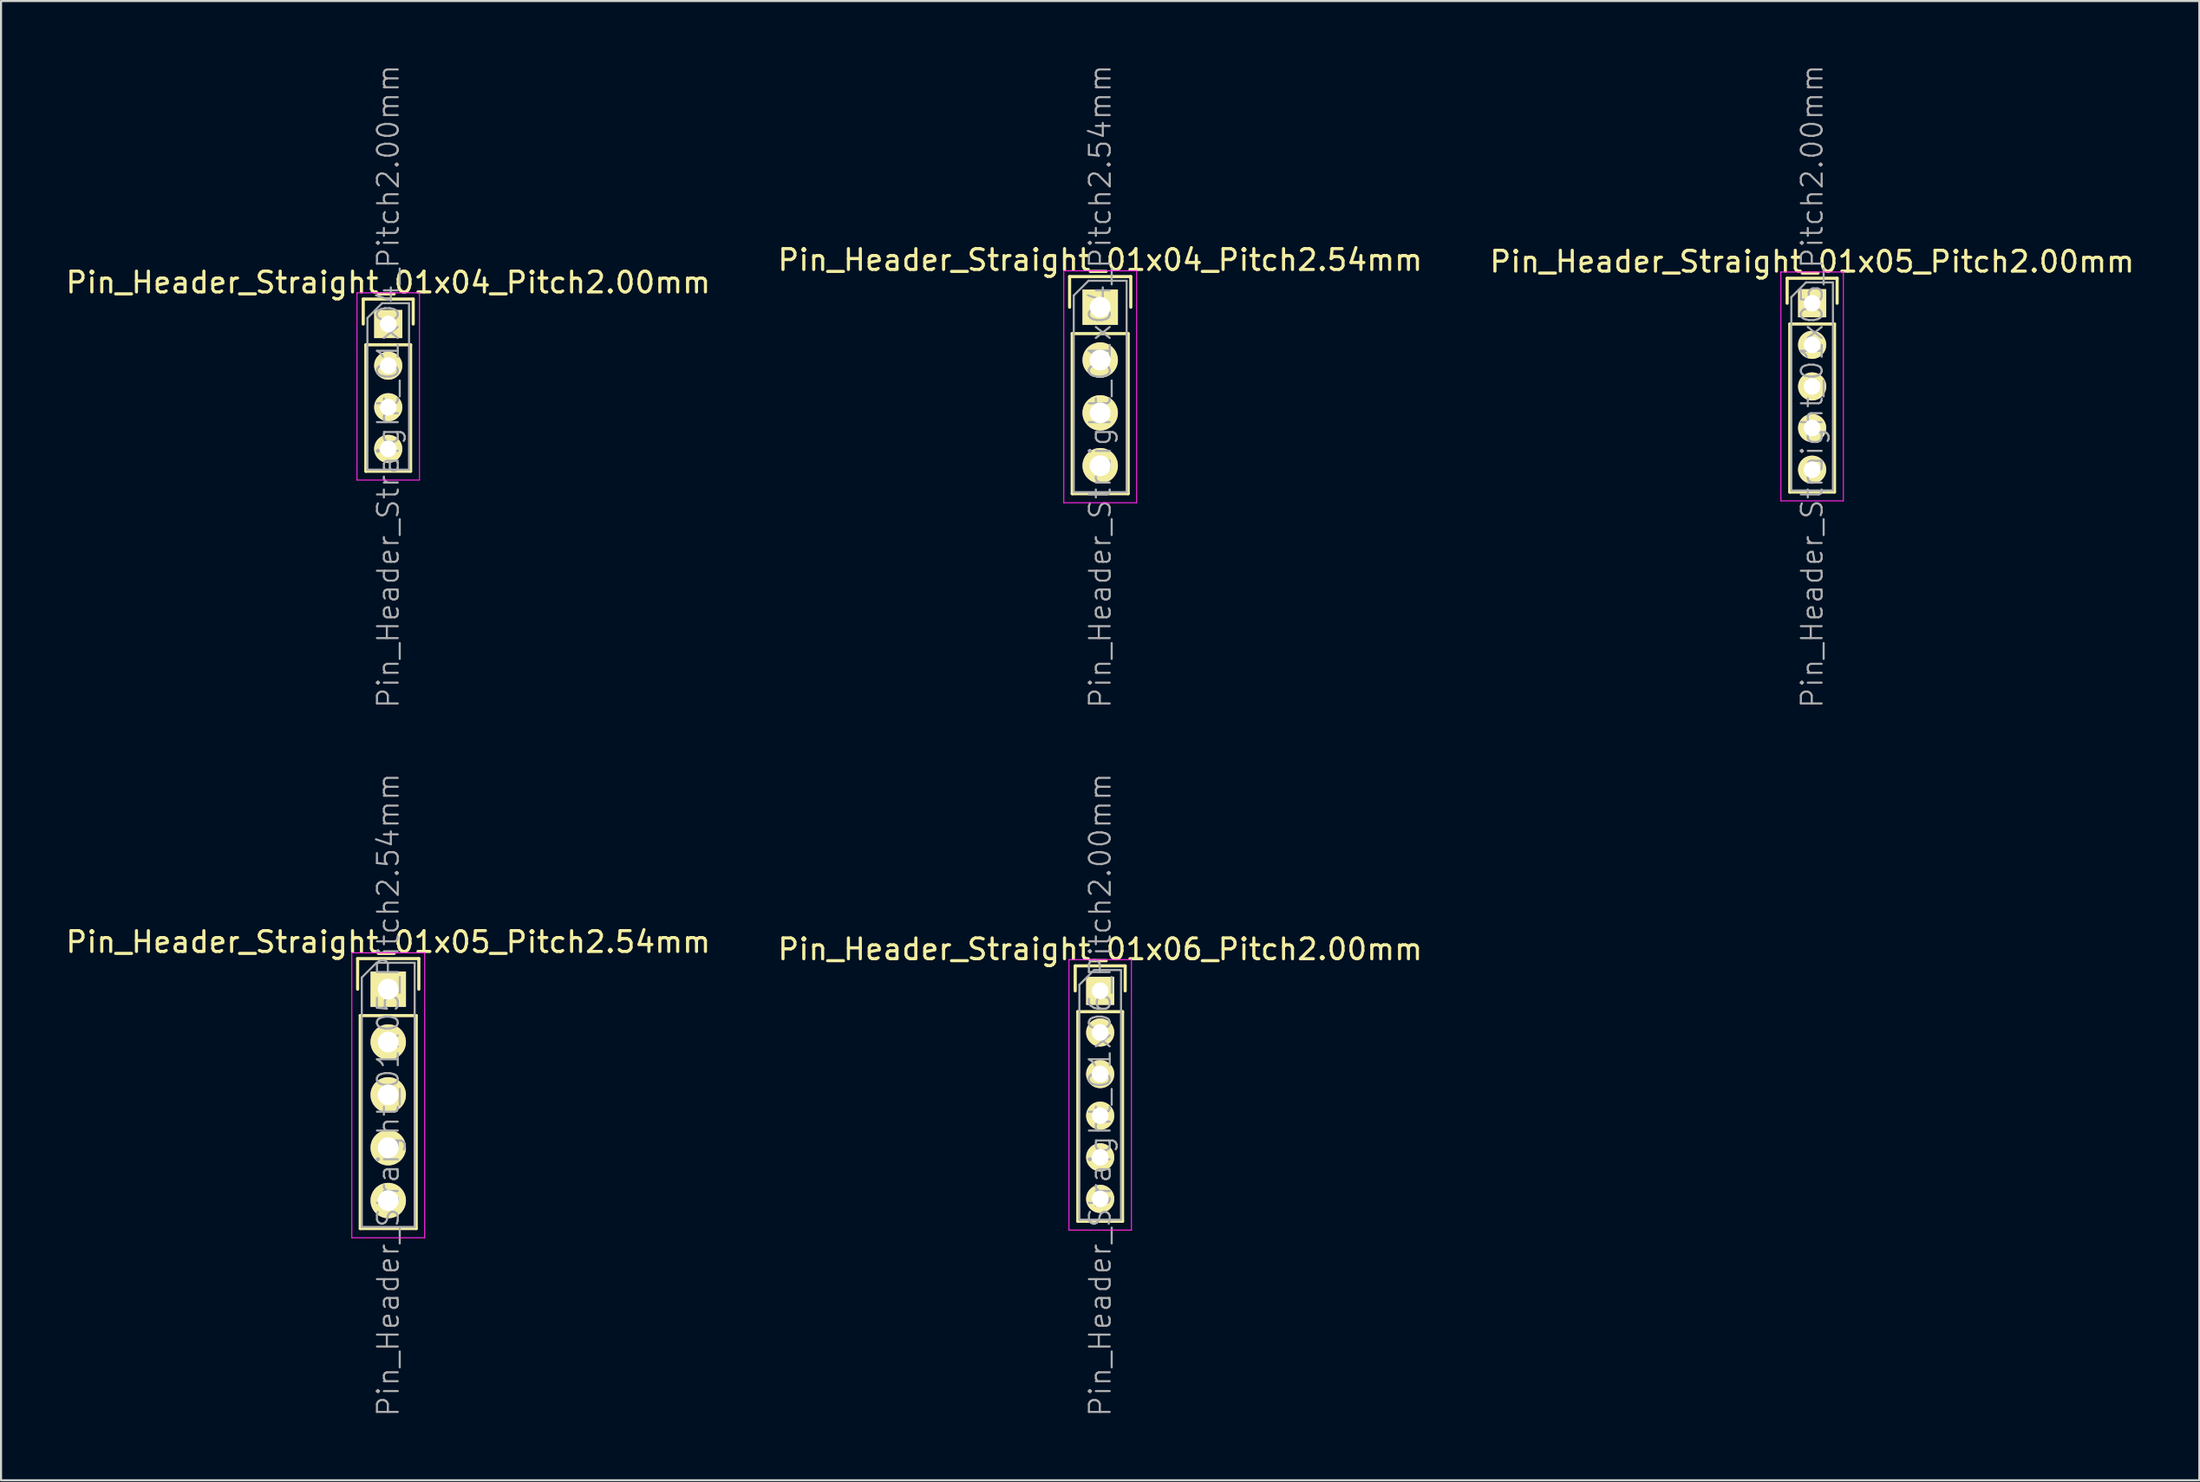
<source format=kicad_pcb>
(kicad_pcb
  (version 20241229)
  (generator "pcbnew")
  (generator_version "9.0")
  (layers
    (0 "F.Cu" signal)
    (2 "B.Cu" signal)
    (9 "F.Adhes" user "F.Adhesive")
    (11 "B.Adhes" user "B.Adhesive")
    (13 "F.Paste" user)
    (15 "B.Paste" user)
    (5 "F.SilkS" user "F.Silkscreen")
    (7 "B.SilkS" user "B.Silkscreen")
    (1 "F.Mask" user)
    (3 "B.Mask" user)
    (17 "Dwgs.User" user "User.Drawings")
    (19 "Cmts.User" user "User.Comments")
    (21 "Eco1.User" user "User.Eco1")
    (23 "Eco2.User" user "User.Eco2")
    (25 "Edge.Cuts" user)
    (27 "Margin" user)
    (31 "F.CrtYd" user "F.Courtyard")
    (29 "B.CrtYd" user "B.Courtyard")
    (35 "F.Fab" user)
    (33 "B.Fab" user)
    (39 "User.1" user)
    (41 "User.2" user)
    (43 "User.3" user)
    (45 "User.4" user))
  (footprint "Pin_Header_Straight_01x04_Pitch2.00mm"
    (layer "F.Cu")
    (at 15.601 12.526)
    (property "Reference" "Pin_Header_Straight_01x04_Pitch2.00mm" (at 0 -2 0) (layer "F.SilkS") (effects (font (size 1 1) (thickness 0.15))))
    (attr smd)
    (fp_line (start -1.2 -1.2) (end -1.2 0) (stroke (width 0.15) (type solid)) (layer "F.SilkS"))
    (fp_line (start -1.2 -1.2) (end 1.2 -1.2) (stroke (width 0.15) (type solid)) (layer "F.SilkS"))
    (fp_line (start -1.075 1) (end -1.075 7.075) (stroke (width 0.15) (type solid)) (layer "F.SilkS"))
    (fp_line (start -1.075 1) (end 1.075 1) (stroke (width 0.15) (type solid)) (layer "F.SilkS"))
    (fp_line (start -1.075 7.075) (end 1.075 7.075) (stroke (width 0.15) (type solid)) (layer "F.SilkS"))
    (fp_line (start 1.075 1) (end 1.075 7.075) (stroke (width 0.15) (type solid)) (layer "F.SilkS"))
    (fp_line (start 1.2 -1.2) (end 1.2 0) (stroke (width 0.15) (type solid)) (layer "F.SilkS"))
    (fp_line (start -1.5 -1.5) (end -1.5 7.5) (stroke (width 0.05) (type solid)) (layer "F.CrtYd"))
    (fp_line (start 1.5 -1.5) (end -1.5 -1.5) (stroke (width 0.05) (type solid)) (layer "F.CrtYd"))
    (fp_line (start 1.5 -1.5) (end 1.5 7.5) (stroke (width 0.05) (type solid)) (layer "F.CrtYd"))
    (fp_line (start 1.5 7.5) (end -1.5 7.5) (stroke (width 0.05) (type solid)) (layer "F.CrtYd"))
    (fp_line (start -1 -0.293) (end -0.293 -1) (stroke (width 0.1) (type solid)) (layer "F.Fab"))
    (fp_line (start -1 7) (end -1 -0.293) (stroke (width 0.1) (type solid)) (layer "F.Fab"))
    (fp_line (start 1 -1) (end -0.293 -1) (stroke (width 0.1) (type solid)) (layer "F.Fab"))
    (fp_line (start 1 7) (end -1 7) (stroke (width 0.1) (type solid)) (layer "F.Fab"))
    (fp_line (start 1 7) (end 1 -1) (stroke (width 0.1) (type solid)) (layer "F.Fab"))
    (fp_text user "${REFERENCE}" (at 0 3 90) (layer "F.Fab") (effects (font (size 1 1) (thickness 0.1))))
    (pad "1" thru_hole rect (at 0 0) (size 1.35 1.35) (drill 0.8) (layers "*.Cu" "*.Mask" "F.SilkS"))
    (pad "2" thru_hole oval (at 0 2) (size 1.35 1.35) (drill 0.8) (layers "*.Cu" "*.Mask" "F.SilkS"))
    (pad "3" thru_hole oval (at 0 4) (size 1.35 1.35) (drill 0.8) (layers "*.Cu" "*.Mask" "F.SilkS"))
    (pad "4" thru_hole oval (at 0 6) (size 1.35 1.35) (drill 0.8) (layers "*.Cu" "*.Mask" "F.SilkS")))
  (footprint "Pin_Header_Straight_01x04_Pitch2.54mm"
    (layer "F.Cu")
    (at 49.804 11.716)
    (property "Reference" "Pin_Header_Straight_01x04_Pitch2.54mm" (at 0 -2.27 0) (layer "F.SilkS") (effects (font (size 1 1) (thickness 0.15))))
    (attr smd)
    (fp_line (start -1.47 -1.47) (end -1.47 0) (stroke (width 0.15) (type solid)) (layer "F.SilkS"))
    (fp_line (start -1.47 -1.47) (end 1.47 -1.47) (stroke (width 0.15) (type solid)) (layer "F.SilkS"))
    (fp_line (start -1.345 1.27) (end -1.345 8.965) (stroke (width 0.15) (type solid)) (layer "F.SilkS"))
    (fp_line (start -1.345 1.27) (end 1.345 1.27) (stroke (width 0.15) (type solid)) (layer "F.SilkS"))
    (fp_line (start -1.345 8.965) (end 1.345 8.965) (stroke (width 0.15) (type solid)) (layer "F.SilkS"))
    (fp_line (start 1.345 1.27) (end 1.345 8.965) (stroke (width 0.15) (type solid)) (layer "F.SilkS"))
    (fp_line (start 1.47 -1.47) (end 1.47 0) (stroke (width 0.15) (type solid)) (layer "F.SilkS"))
    (fp_line (start -1.75 -1.75) (end -1.75 9.4) (stroke (width 0.05) (type solid)) (layer "F.CrtYd"))
    (fp_line (start 1.75 -1.75) (end -1.75 -1.75) (stroke (width 0.05) (type solid)) (layer "F.CrtYd"))
    (fp_line (start 1.75 -1.75) (end 1.75 9.4) (stroke (width 0.05) (type solid)) (layer "F.CrtYd"))
    (fp_line (start 1.75 9.4) (end -1.75 9.4) (stroke (width 0.05) (type solid)) (layer "F.CrtYd"))
    (fp_line (start -1.27 -0.563) (end -0.563 -1.27) (stroke (width 0.1) (type solid)) (layer "F.Fab"))
    (fp_line (start -1.27 8.89) (end -1.27 -0.563) (stroke (width 0.1) (type solid)) (layer "F.Fab"))
    (fp_line (start 1.27 -1.27) (end -0.563 -1.27) (stroke (width 0.1) (type solid)) (layer "F.Fab"))
    (fp_line (start 1.27 8.89) (end -1.27 8.89) (stroke (width 0.1) (type solid)) (layer "F.Fab"))
    (fp_line (start 1.27 8.89) (end 1.27 -1.27) (stroke (width 0.1) (type solid)) (layer "F.Fab"))
    (fp_text user "${REFERENCE}" (at 0 3.81 90) (layer "F.Fab") (effects (font (size 1 1) (thickness 0.1))))
    (pad "1" thru_hole rect (at 0 0) (size 1.7 1.7) (drill 1) (layers "*.Cu" "*.Mask" "F.SilkS"))
    (pad "2" thru_hole oval (at 0 2.54) (size 1.7 1.7) (drill 1) (layers "*.Cu" "*.Mask" "F.SilkS"))
    (pad "3" thru_hole oval (at 0 5.08) (size 1.7 1.7) (drill 1) (layers "*.Cu" "*.Mask" "F.SilkS"))
    (pad "4" thru_hole oval (at 0 7.62) (size 1.7 1.7) (drill 1) (layers "*.Cu" "*.Mask" "F.SilkS")))
  (footprint "Pin_Header_Straight_01x05_Pitch2.54mm"
    (layer "F.Cu")
    (at 15.601 44.499)
    (property "Reference" "Pin_Header_Straight_01x05_Pitch2.54mm" (at 0 -2.27 0) (layer "F.SilkS") (effects (font (size 1 1) (thickness 0.15))))
    (attr smd)
    (fp_line (start -1.47 -1.47) (end -1.47 0) (stroke (width 0.15) (type solid)) (layer "F.SilkS"))
    (fp_line (start -1.47 -1.47) (end 1.47 -1.47) (stroke (width 0.15) (type solid)) (layer "F.SilkS"))
    (fp_line (start -1.345 1.27) (end -1.345 11.505) (stroke (width 0.15) (type solid)) (layer "F.SilkS"))
    (fp_line (start -1.345 1.27) (end 1.345 1.27) (stroke (width 0.15) (type solid)) (layer "F.SilkS"))
    (fp_line (start -1.345 11.505) (end 1.345 11.505) (stroke (width 0.15) (type solid)) (layer "F.SilkS"))
    (fp_line (start 1.345 1.27) (end 1.345 11.505) (stroke (width 0.15) (type solid)) (layer "F.SilkS"))
    (fp_line (start 1.47 -1.47) (end 1.47 0) (stroke (width 0.15) (type solid)) (layer "F.SilkS"))
    (fp_line (start -1.75 -1.75) (end -1.75 11.95) (stroke (width 0.05) (type solid)) (layer "F.CrtYd"))
    (fp_line (start 1.75 -1.75) (end -1.75 -1.75) (stroke (width 0.05) (type solid)) (layer "F.CrtYd"))
    (fp_line (start 1.75 -1.75) (end 1.75 11.95) (stroke (width 0.05) (type solid)) (layer "F.CrtYd"))
    (fp_line (start 1.75 11.95) (end -1.75 11.95) (stroke (width 0.05) (type solid)) (layer "F.CrtYd"))
    (fp_line (start -1.27 -0.563) (end -0.563 -1.27) (stroke (width 0.1) (type solid)) (layer "F.Fab"))
    (fp_line (start -1.27 11.43) (end -1.27 -0.563) (stroke (width 0.1) (type solid)) (layer "F.Fab"))
    (fp_line (start 1.27 -1.27) (end -0.563 -1.27) (stroke (width 0.1) (type solid)) (layer "F.Fab"))
    (fp_line (start 1.27 11.43) (end -1.27 11.43) (stroke (width 0.1) (type solid)) (layer "F.Fab"))
    (fp_line (start 1.27 11.43) (end 1.27 -1.27) (stroke (width 0.1) (type solid)) (layer "F.Fab"))
    (fp_text user "${REFERENCE}" (at 0 5.08 90) (layer "F.Fab") (effects (font (size 1 1) (thickness 0.1))))
    (pad "1" thru_hole rect (at 0 0) (size 1.7 1.7) (drill 1) (layers "*.Cu" "*.Mask" "F.SilkS"))
    (pad "2" thru_hole oval (at 0 2.54) (size 1.7 1.7) (drill 1) (layers "*.Cu" "*.Mask" "F.SilkS"))
    (pad "3" thru_hole oval (at 0 5.08) (size 1.7 1.7) (drill 1) (layers "*.Cu" "*.Mask" "F.SilkS"))
    (pad "4" thru_hole oval (at 0 7.62) (size 1.7 1.7) (drill 1) (layers "*.Cu" "*.Mask" "F.SilkS"))
    (pad "5" thru_hole oval (at 0 10.16) (size 1.7 1.7) (drill 1) (layers "*.Cu" "*.Mask" "F.SilkS")))
  (footprint "Pin_Header_Straight_01x05_Pitch2.00mm"
    (layer "F.Cu")
    (at 84.006 11.526)
    (property "Reference" "Pin_Header_Straight_01x05_Pitch2.00mm" (at 0 -2 0) (layer "F.SilkS") (effects (font (size 1 1) (thickness 0.15))))
    (attr smd)
    (fp_line (start -1.2 -1.2) (end -1.2 0) (stroke (width 0.15) (type solid)) (layer "F.SilkS"))
    (fp_line (start -1.2 -1.2) (end 1.2 -1.2) (stroke (width 0.15) (type solid)) (layer "F.SilkS"))
    (fp_line (start -1.075 1) (end -1.075 9.075) (stroke (width 0.15) (type solid)) (layer "F.SilkS"))
    (fp_line (start -1.075 1) (end 1.075 1) (stroke (width 0.15) (type solid)) (layer "F.SilkS"))
    (fp_line (start -1.075 9.075) (end 1.075 9.075) (stroke (width 0.15) (type solid)) (layer "F.SilkS"))
    (fp_line (start 1.075 1) (end 1.075 9.075) (stroke (width 0.15) (type solid)) (layer "F.SilkS"))
    (fp_line (start 1.2 -1.2) (end 1.2 0) (stroke (width 0.15) (type solid)) (layer "F.SilkS"))
    (fp_line (start -1.5 -1.5) (end -1.5 9.5) (stroke (width 0.05) (type solid)) (layer "F.CrtYd"))
    (fp_line (start 1.5 -1.5) (end -1.5 -1.5) (stroke (width 0.05) (type solid)) (layer "F.CrtYd"))
    (fp_line (start 1.5 -1.5) (end 1.5 9.5) (stroke (width 0.05) (type solid)) (layer "F.CrtYd"))
    (fp_line (start 1.5 9.5) (end -1.5 9.5) (stroke (width 0.05) (type solid)) (layer "F.CrtYd"))
    (fp_line (start -1 -0.293) (end -0.293 -1) (stroke (width 0.1) (type solid)) (layer "F.Fab"))
    (fp_line (start -1 9) (end -1 -0.293) (stroke (width 0.1) (type solid)) (layer "F.Fab"))
    (fp_line (start 1 -1) (end -0.293 -1) (stroke (width 0.1) (type solid)) (layer "F.Fab"))
    (fp_line (start 1 9) (end -1 9) (stroke (width 0.1) (type solid)) (layer "F.Fab"))
    (fp_line (start 1 9) (end 1 -1) (stroke (width 0.1) (type solid)) (layer "F.Fab"))
    (fp_text user "${REFERENCE}" (at 0 4 90) (layer "F.Fab") (effects (font (size 1 1) (thickness 0.1))))
    (pad "1" thru_hole rect (at 0 0) (size 1.35 1.35) (drill 0.8) (layers "*.Cu" "*.Mask" "F.SilkS"))
    (pad "2" thru_hole oval (at 0 2) (size 1.35 1.35) (drill 0.8) (layers "*.Cu" "*.Mask" "F.SilkS"))
    (pad "3" thru_hole oval (at 0 4) (size 1.35 1.35) (drill 0.8) (layers "*.Cu" "*.Mask" "F.SilkS"))
    (pad "4" thru_hole oval (at 0 6) (size 1.35 1.35) (drill 0.8) (layers "*.Cu" "*.Mask" "F.SilkS"))
    (pad "5" thru_hole oval (at 0 8) (size 1.35 1.35) (drill 0.8) (layers "*.Cu" "*.Mask" "F.SilkS")))
  (footprint "Pin_Header_Straight_01x06_Pitch2.00mm"
    (layer "F.Cu")
    (at 49.804 44.579)
    (property "Reference" "Pin_Header_Straight_01x06_Pitch2.00mm" (at 0 -2 0) (layer "F.SilkS") (effects (font (size 1 1) (thickness 0.15))))
    (attr smd)
    (fp_line (start -1.2 -1.2) (end -1.2 0) (stroke (width 0.15) (type solid)) (layer "F.SilkS"))
    (fp_line (start -1.2 -1.2) (end 1.2 -1.2) (stroke (width 0.15) (type solid)) (layer "F.SilkS"))
    (fp_line (start -1.075 1) (end -1.075 11.075) (stroke (width 0.15) (type solid)) (layer "F.SilkS"))
    (fp_line (start -1.075 1) (end 1.075 1) (stroke (width 0.15) (type solid)) (layer "F.SilkS"))
    (fp_line (start -1.075 11.075) (end 1.075 11.075) (stroke (width 0.15) (type solid)) (layer "F.SilkS"))
    (fp_line (start 1.075 1) (end 1.075 11.075) (stroke (width 0.15) (type solid)) (layer "F.SilkS"))
    (fp_line (start 1.2 -1.2) (end 1.2 0) (stroke (width 0.15) (type solid)) (layer "F.SilkS"))
    (fp_line (start -1.5 -1.5) (end -1.5 11.5) (stroke (width 0.05) (type solid)) (layer "F.CrtYd"))
    (fp_line (start 1.5 -1.5) (end -1.5 -1.5) (stroke (width 0.05) (type solid)) (layer "F.CrtYd"))
    (fp_line (start 1.5 -1.5) (end 1.5 11.5) (stroke (width 0.05) (type solid)) (layer "F.CrtYd"))
    (fp_line (start 1.5 11.5) (end -1.5 11.5) (stroke (width 0.05) (type solid)) (layer "F.CrtYd"))
    (fp_line (start -1 -0.293) (end -0.293 -1) (stroke (width 0.1) (type solid)) (layer "F.Fab"))
    (fp_line (start -1 11) (end -1 -0.293) (stroke (width 0.1) (type solid)) (layer "F.Fab"))
    (fp_line (start 1 -1) (end -0.293 -1) (stroke (width 0.1) (type solid)) (layer "F.Fab"))
    (fp_line (start 1 11) (end -1 11) (stroke (width 0.1) (type solid)) (layer "F.Fab"))
    (fp_line (start 1 11) (end 1 -1) (stroke (width 0.1) (type solid)) (layer "F.Fab"))
    (fp_text user "${REFERENCE}" (at 0 5 90) (layer "F.Fab") (effects (font (size 1 1) (thickness 0.1))))
    (pad "1" thru_hole rect (at 0 0) (size 1.35 1.35) (drill 0.8) (layers "*.Cu" "*.Mask" "F.SilkS"))
    (pad "2" thru_hole oval (at 0 2) (size 1.35 1.35) (drill 0.8) (layers "*.Cu" "*.Mask" "F.SilkS"))
    (pad "3" thru_hole oval (at 0 4) (size 1.35 1.35) (drill 0.8) (layers "*.Cu" "*.Mask" "F.SilkS"))
    (pad "4" thru_hole oval (at 0 6) (size 1.35 1.35) (drill 0.8) (layers "*.Cu" "*.Mask" "F.SilkS"))
    (pad "5" thru_hole oval (at 0 8) (size 1.35 1.35) (drill 0.8) (layers "*.Cu" "*.Mask" "F.SilkS"))
    (pad "6" thru_hole oval (at 0 10) (size 1.35 1.35) (drill 0.8) (layers "*.Cu" "*.Mask" "F.SilkS")))
  (gr_rect
    (start -3 -3)
    (end 102.607 68.105)
    (stroke (width 0.1) (type default))
    (fill no)
    (layer "Edge.Cuts")))
</source>
